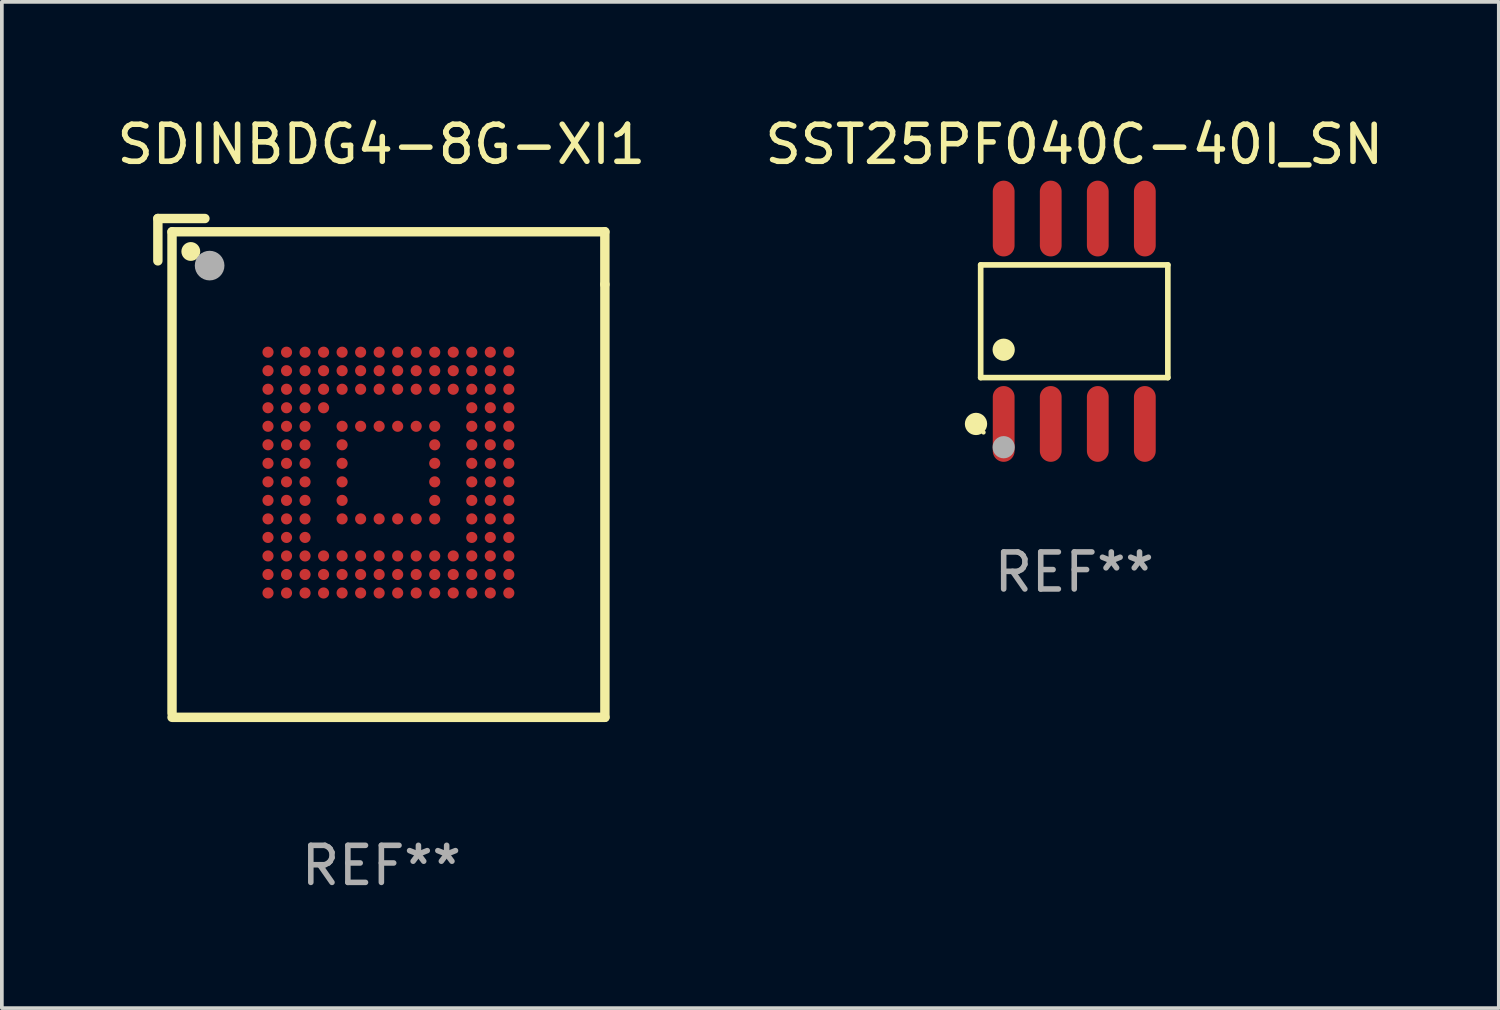
<source format=kicad_pcb>
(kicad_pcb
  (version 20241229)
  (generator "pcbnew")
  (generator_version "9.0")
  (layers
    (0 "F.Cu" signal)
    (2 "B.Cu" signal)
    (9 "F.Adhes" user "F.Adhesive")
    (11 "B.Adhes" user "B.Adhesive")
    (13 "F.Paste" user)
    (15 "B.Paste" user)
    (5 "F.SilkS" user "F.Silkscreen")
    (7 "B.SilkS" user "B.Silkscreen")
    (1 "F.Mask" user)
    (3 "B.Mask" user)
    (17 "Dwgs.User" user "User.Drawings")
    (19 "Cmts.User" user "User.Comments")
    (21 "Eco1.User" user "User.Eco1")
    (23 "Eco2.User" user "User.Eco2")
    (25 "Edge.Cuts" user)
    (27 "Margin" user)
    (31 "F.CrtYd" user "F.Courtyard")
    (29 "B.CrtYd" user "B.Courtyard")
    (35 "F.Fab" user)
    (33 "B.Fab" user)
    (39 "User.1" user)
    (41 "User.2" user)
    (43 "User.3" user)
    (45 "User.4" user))
  (footprint "SDINBDG4-8G-XI1"
    (layer "F.Cu")
    (at 7.244 9.58)
    (property "Reference" "SDINBDG4-8G-XI1" (at 0 -8.732 0) (layer "F.SilkS") (effects (font (size 1 1) (thickness 0.15))))
    (attr through_hole)
    (fp_line (start -6.033 -6.732) (end -6.033 -5.589) (stroke (width 0.254) (type solid)) (layer "F.SilkS"))
    (fp_line (start -5.651 -6.374) (end 6.032 -6.374) (stroke (width 0.254) (type solid)) (layer "F.SilkS"))
    (fp_line (start -5.651 6.626) (end -5.651 -6.374) (stroke (width 0.254) (type solid)) (layer "F.SilkS"))
    (fp_line (start -5.651 6.732) (end 6.033 6.732) (stroke (width 0.254) (type solid)) (layer "F.SilkS"))
    (fp_line (start -4.763 -6.732) (end -6.033 -6.732) (stroke (width 0.254) (type solid)) (layer "F.SilkS"))
    (fp_line (start 6.032 -6.374) (end 6.032 -4.952) (stroke (width 0.254) (type solid)) (layer "F.SilkS"))
    (fp_line (start 6.033 6.732) (end 6.033 -4.952) (stroke (width 0.254) (type solid)) (layer "F.SilkS"))
    (fp_circle (center -5.56 -6.374) (end -5.53 -6.374) (stroke (width 0.06) (type solid)) (fill no) (layer "F.SilkS"))
    (fp_circle (center -5.144 -5.842) (end -5.017 -5.842) (stroke (width 0.254) (type solid)) (fill no) (layer "F.SilkS"))
    (fp_circle (center -4.636 -5.461) (end -4.436 -5.461) (stroke (width 0.4) (type solid)) (fill no) (layer "F.Fab"))
    (fp_text user "REF**" (at 0 10.732 0) (layer "F.Fab") (effects (font (size 1 1) (thickness 0.15))))
    (pad "A1" smd circle (at -3.06 -3.124) (size 0.3 0.3) (layers "F.Cu" "F.Mask" "F.Paste"))
    (pad "A2" smd circle (at -2.56 -3.124) (size 0.3 0.3) (layers "F.Cu" "F.Mask" "F.Paste"))
    (pad "A3" smd circle (at -2.06 -3.124) (size 0.3 0.3) (layers "F.Cu" "F.Mask" "F.Paste"))
    (pad "A4" smd circle (at -1.56 -3.124) (size 0.3 0.3) (layers "F.Cu" "F.Mask" "F.Paste"))
    (pad "A5" smd circle (at -1.06 -3.124) (size 0.3 0.3) (layers "F.Cu" "F.Mask" "F.Paste"))
    (pad "A6" smd circle (at -0.56 -3.124) (size 0.3 0.3) (layers "F.Cu" "F.Mask" "F.Paste"))
    (pad "A7" smd circle (at -0.06 -3.124) (size 0.3 0.3) (layers "F.Cu" "F.Mask" "F.Paste"))
    (pad "A8" smd circle (at 0.44 -3.124) (size 0.3 0.3) (layers "F.Cu" "F.Mask" "F.Paste"))
    (pad "A9" smd circle (at 0.94 -3.124) (size 0.3 0.3) (layers "F.Cu" "F.Mask" "F.Paste"))
    (pad "A10" smd circle (at 1.44 -3.124) (size 0.3 0.3) (layers "F.Cu" "F.Mask" "F.Paste"))
    (pad "A11" smd circle (at 1.94 -3.124) (size 0.3 0.3) (layers "F.Cu" "F.Mask" "F.Paste"))
    (pad "A12" smd circle (at 2.44 -3.124) (size 0.3 0.3) (layers "F.Cu" "F.Mask" "F.Paste"))
    (pad "A13" smd circle (at 2.94 -3.124) (size 0.3 0.3) (layers "F.Cu" "F.Mask" "F.Paste"))
    (pad "A14" smd circle (at 3.44 -3.124) (size 0.3 0.3) (layers "F.Cu" "F.Mask" "F.Paste"))
    (pad "B1" smd circle (at -3.06 -2.624) (size 0.3 0.3) (layers "F.Cu" "F.Mask" "F.Paste"))
    (pad "B2" smd circle (at -2.56 -2.624) (size 0.3 0.3) (layers "F.Cu" "F.Mask" "F.Paste"))
    (pad "B3" smd circle (at -2.06 -2.624) (size 0.3 0.3) (layers "F.Cu" "F.Mask" "F.Paste"))
    (pad "B4" smd circle (at -1.56 -2.624) (size 0.3 0.3) (layers "F.Cu" "F.Mask" "F.Paste"))
    (pad "B5" smd circle (at -1.06 -2.624) (size 0.3 0.3) (layers "F.Cu" "F.Mask" "F.Paste"))
    (pad "B6" smd circle (at -0.56 -2.624) (size 0.3 0.3) (layers "F.Cu" "F.Mask" "F.Paste"))
    (pad "B7" smd circle (at -0.06 -2.624) (size 0.3 0.3) (layers "F.Cu" "F.Mask" "F.Paste"))
    (pad "B8" smd circle (at 0.44 -2.624) (size 0.3 0.3) (layers "F.Cu" "F.Mask" "F.Paste"))
    (pad "B9" smd circle (at 0.94 -2.624) (size 0.3 0.3) (layers "F.Cu" "F.Mask" "F.Paste"))
    (pad "B10" smd circle (at 1.44 -2.624) (size 0.3 0.3) (layers "F.Cu" "F.Mask" "F.Paste"))
    (pad "B11" smd circle (at 1.94 -2.624) (size 0.3 0.3) (layers "F.Cu" "F.Mask" "F.Paste"))
    (pad "B12" smd circle (at 2.44 -2.624) (size 0.3 0.3) (layers "F.Cu" "F.Mask" "F.Paste"))
    (pad "B13" smd circle (at 2.94 -2.624) (size 0.3 0.3) (layers "F.Cu" "F.Mask" "F.Paste"))
    (pad "B14" smd circle (at 3.44 -2.624) (size 0.3 0.3) (layers "F.Cu" "F.Mask" "F.Paste"))
    (pad "C1" smd circle (at -3.06 -2.124) (size 0.3 0.3) (layers "F.Cu" "F.Mask" "F.Paste"))
    (pad "C2" smd circle (at -2.56 -2.124) (size 0.3 0.3) (layers "F.Cu" "F.Mask" "F.Paste"))
    (pad "C3" smd circle (at -2.06 -2.124) (size 0.3 0.3) (layers "F.Cu" "F.Mask" "F.Paste"))
    (pad "C4" smd circle (at -1.56 -2.124) (size 0.3 0.3) (layers "F.Cu" "F.Mask" "F.Paste"))
    (pad "C5" smd circle (at -1.06 -2.124) (size 0.3 0.3) (layers "F.Cu" "F.Mask" "F.Paste"))
    (pad "C6" smd circle (at -0.56 -2.124) (size 0.3 0.3) (layers "F.Cu" "F.Mask" "F.Paste"))
    (pad "C7" smd circle (at -0.06 -2.124) (size 0.3 0.3) (layers "F.Cu" "F.Mask" "F.Paste"))
    (pad "C8" smd circle (at 0.44 -2.124) (size 0.3 0.3) (layers "F.Cu" "F.Mask" "F.Paste"))
    (pad "C9" smd circle (at 0.94 -2.124) (size 0.3 0.3) (layers "F.Cu" "F.Mask" "F.Paste"))
    (pad "C10" smd circle (at 1.44 -2.124) (size 0.3 0.3) (layers "F.Cu" "F.Mask" "F.Paste"))
    (pad "C11" smd circle (at 1.94 -2.124) (size 0.3 0.3) (layers "F.Cu" "F.Mask" "F.Paste"))
    (pad "C12" smd circle (at 2.44 -2.124) (size 0.3 0.3) (layers "F.Cu" "F.Mask" "F.Paste"))
    (pad "C13" smd circle (at 2.94 -2.124) (size 0.3 0.3) (layers "F.Cu" "F.Mask" "F.Paste"))
    (pad "C14" smd circle (at 3.44 -2.124) (size 0.3 0.3) (layers "F.Cu" "F.Mask" "F.Paste"))
    (pad "D1" smd circle (at -3.06 -1.624) (size 0.3 0.3) (layers "F.Cu" "F.Mask" "F.Paste"))
    (pad "D2" smd circle (at -2.56 -1.624) (size 0.3 0.3) (layers "F.Cu" "F.Mask" "F.Paste"))
    (pad "D3" smd circle (at -2.06 -1.624) (size 0.3 0.3) (layers "F.Cu" "F.Mask" "F.Paste"))
    (pad "D4" smd circle (at -1.56 -1.624) (size 0.3 0.3) (layers "F.Cu" "F.Mask" "F.Paste"))
    (pad "D12" smd circle (at 2.44 -1.624) (size 0.3 0.3) (layers "F.Cu" "F.Mask" "F.Paste"))
    (pad "D13" smd circle (at 2.94 -1.624) (size 0.3 0.3) (layers "F.Cu" "F.Mask" "F.Paste"))
    (pad "D14" smd circle (at 3.44 -1.624) (size 0.3 0.3) (layers "F.Cu" "F.Mask" "F.Paste"))
    (pad "E1" smd circle (at -3.06 -1.124) (size 0.3 0.3) (layers "F.Cu" "F.Mask" "F.Paste"))
    (pad "E2" smd circle (at -2.56 -1.124) (size 0.3 0.3) (layers "F.Cu" "F.Mask" "F.Paste"))
    (pad "E3" smd circle (at -2.06 -1.124) (size 0.3 0.3) (layers "F.Cu" "F.Mask" "F.Paste"))
    (pad "E5" smd circle (at -1.06 -1.124) (size 0.3 0.3) (layers "F.Cu" "F.Mask" "F.Paste"))
    (pad "E6" smd circle (at -0.56 -1.124) (size 0.3 0.3) (layers "F.Cu" "F.Mask" "F.Paste"))
    (pad "E7" smd circle (at -0.06 -1.124) (size 0.3 0.3) (layers "F.Cu" "F.Mask" "F.Paste"))
    (pad "E8" smd circle (at 0.44 -1.124) (size 0.3 0.3) (layers "F.Cu" "F.Mask" "F.Paste"))
    (pad "E9" smd circle (at 0.94 -1.124) (size 0.3 0.3) (layers "F.Cu" "F.Mask" "F.Paste"))
    (pad "E10" smd circle (at 1.44 -1.124) (size 0.3 0.3) (layers "F.Cu" "F.Mask" "F.Paste"))
    (pad "E12" smd circle (at 2.44 -1.124) (size 0.3 0.3) (layers "F.Cu" "F.Mask" "F.Paste"))
    (pad "E13" smd circle (at 2.94 -1.124) (size 0.3 0.3) (layers "F.Cu" "F.Mask" "F.Paste"))
    (pad "E14" smd circle (at 3.44 -1.124) (size 0.3 0.3) (layers "F.Cu" "F.Mask" "F.Paste"))
    (pad "F1" smd circle (at -3.06 -0.624) (size 0.3 0.3) (layers "F.Cu" "F.Mask" "F.Paste"))
    (pad "F2" smd circle (at -2.56 -0.624) (size 0.3 0.3) (layers "F.Cu" "F.Mask" "F.Paste"))
    (pad "F3" smd circle (at -2.06 -0.624) (size 0.3 0.3) (layers "F.Cu" "F.Mask" "F.Paste"))
    (pad "F5" smd circle (at -1.06 -0.624) (size 0.3 0.3) (layers "F.Cu" "F.Mask" "F.Paste"))
    (pad "F10" smd circle (at 1.44 -0.624) (size 0.3 0.3) (layers "F.Cu" "F.Mask" "F.Paste"))
    (pad "F12" smd circle (at 2.44 -0.624) (size 0.3 0.3) (layers "F.Cu" "F.Mask" "F.Paste"))
    (pad "F13" smd circle (at 2.94 -0.624) (size 0.3 0.3) (layers "F.Cu" "F.Mask" "F.Paste"))
    (pad "F14" smd circle (at 3.44 -0.624) (size 0.3 0.3) (layers "F.Cu" "F.Mask" "F.Paste"))
    (pad "G1" smd circle (at -3.06 -0.124) (size 0.3 0.3) (layers "F.Cu" "F.Mask" "F.Paste"))
    (pad "G2" smd circle (at -2.56 -0.124) (size 0.3 0.3) (layers "F.Cu" "F.Mask" "F.Paste"))
    (pad "G3" smd circle (at -2.06 -0.124) (size 0.3 0.3) (layers "F.Cu" "F.Mask" "F.Paste"))
    (pad "G5" smd circle (at -1.06 -0.124) (size 0.3 0.3) (layers "F.Cu" "F.Mask" "F.Paste"))
    (pad "G10" smd circle (at 1.44 -0.124) (size 0.3 0.3) (layers "F.Cu" "F.Mask" "F.Paste"))
    (pad "G12" smd circle (at 2.44 -0.124) (size 0.3 0.3) (layers "F.Cu" "F.Mask" "F.Paste"))
    (pad "G13" smd circle (at 2.94 -0.124) (size 0.3 0.3) (layers "F.Cu" "F.Mask" "F.Paste"))
    (pad "G14" smd circle (at 3.44 -0.124) (size 0.3 0.3) (layers "F.Cu" "F.Mask" "F.Paste"))
    (pad "H1" smd circle (at -3.06 0.376) (size 0.3 0.3) (layers "F.Cu" "F.Mask" "F.Paste"))
    (pad "H2" smd circle (at -2.56 0.376) (size 0.3 0.3) (layers "F.Cu" "F.Mask" "F.Paste"))
    (pad "H3" smd circle (at -2.06 0.376) (size 0.3 0.3) (layers "F.Cu" "F.Mask" "F.Paste"))
    (pad "H5" smd circle (at -1.06 0.376) (size 0.3 0.3) (layers "F.Cu" "F.Mask" "F.Paste"))
    (pad "H10" smd circle (at 1.44 0.376) (size 0.3 0.3) (layers "F.Cu" "F.Mask" "F.Paste"))
    (pad "H12" smd circle (at 2.44 0.376) (size 0.3 0.3) (layers "F.Cu" "F.Mask" "F.Paste"))
    (pad "H13" smd circle (at 2.94 0.376) (size 0.3 0.3) (layers "F.Cu" "F.Mask" "F.Paste"))
    (pad "H14" smd circle (at 3.44 0.376) (size 0.3 0.3) (layers "F.Cu" "F.Mask" "F.Paste"))
    (pad "J1" smd circle (at -3.06 0.876) (size 0.3 0.3) (layers "F.Cu" "F.Mask" "F.Paste"))
    (pad "J2" smd circle (at -2.56 0.876) (size 0.3 0.3) (layers "F.Cu" "F.Mask" "F.Paste"))
    (pad "J3" smd circle (at -2.06 0.876) (size 0.3 0.3) (layers "F.Cu" "F.Mask" "F.Paste"))
    (pad "J5" smd circle (at -1.06 0.876) (size 0.3 0.3) (layers "F.Cu" "F.Mask" "F.Paste"))
    (pad "J10" smd circle (at 1.44 0.876) (size 0.3 0.3) (layers "F.Cu" "F.Mask" "F.Paste"))
    (pad "J12" smd circle (at 2.44 0.876) (size 0.3 0.3) (layers "F.Cu" "F.Mask" "F.Paste"))
    (pad "J13" smd circle (at 2.94 0.876) (size 0.3 0.3) (layers "F.Cu" "F.Mask" "F.Paste"))
    (pad "J14" smd circle (at 3.44 0.876) (size 0.3 0.3) (layers "F.Cu" "F.Mask" "F.Paste"))
    (pad "K1" smd circle (at -3.06 1.376) (size 0.3 0.3) (layers "F.Cu" "F.Mask" "F.Paste"))
    (pad "K2" smd circle (at -2.56 1.376) (size 0.3 0.3) (layers "F.Cu" "F.Mask" "F.Paste"))
    (pad "K3" smd circle (at -2.06 1.376) (size 0.3 0.3) (layers "F.Cu" "F.Mask" "F.Paste"))
    (pad "K5" smd circle (at -1.06 1.376) (size 0.3 0.3) (layers "F.Cu" "F.Mask" "F.Paste"))
    (pad "K6" smd circle (at -0.56 1.376) (size 0.3 0.3) (layers "F.Cu" "F.Mask" "F.Paste"))
    (pad "K7" smd circle (at -0.06 1.376) (size 0.3 0.3) (layers "F.Cu" "F.Mask" "F.Paste"))
    (pad "K8" smd circle (at 0.44 1.376) (size 0.3 0.3) (layers "F.Cu" "F.Mask" "F.Paste"))
    (pad "K9" smd circle (at 0.94 1.376) (size 0.3 0.3) (layers "F.Cu" "F.Mask" "F.Paste"))
    (pad "K10" smd circle (at 1.44 1.376) (size 0.3 0.3) (layers "F.Cu" "F.Mask" "F.Paste"))
    (pad "K12" smd circle (at 2.44 1.376) (size 0.3 0.3) (layers "F.Cu" "F.Mask" "F.Paste"))
    (pad "K13" smd circle (at 2.94 1.376) (size 0.3 0.3) (layers "F.Cu" "F.Mask" "F.Paste"))
    (pad "K14" smd circle (at 3.44 1.376) (size 0.3 0.3) (layers "F.Cu" "F.Mask" "F.Paste"))
    (pad "L1" smd circle (at -3.06 1.876) (size 0.3 0.3) (layers "F.Cu" "F.Mask" "F.Paste"))
    (pad "L2" smd circle (at -2.56 1.876) (size 0.3 0.3) (layers "F.Cu" "F.Mask" "F.Paste"))
    (pad "L3" smd circle (at -2.06 1.876) (size 0.3 0.3) (layers "F.Cu" "F.Mask" "F.Paste"))
    (pad "L12" smd circle (at 2.44 1.876) (size 0.3 0.3) (layers "F.Cu" "F.Mask" "F.Paste"))
    (pad "L13" smd circle (at 2.94 1.876) (size 0.3 0.3) (layers "F.Cu" "F.Mask" "F.Paste"))
    (pad "L14" smd circle (at 3.44 1.876) (size 0.3 0.3) (layers "F.Cu" "F.Mask" "F.Paste"))
    (pad "M1" smd circle (at -3.06 2.376) (size 0.3 0.3) (layers "F.Cu" "F.Mask" "F.Paste"))
    (pad "M2" smd circle (at -2.56 2.376) (size 0.3 0.3) (layers "F.Cu" "F.Mask" "F.Paste"))
    (pad "M3" smd circle (at -2.06 2.376) (size 0.3 0.3) (layers "F.Cu" "F.Mask" "F.Paste"))
    (pad "M4" smd circle (at -1.56 2.376) (size 0.3 0.3) (layers "F.Cu" "F.Mask" "F.Paste"))
    (pad "M5" smd circle (at -1.06 2.376) (size 0.3 0.3) (layers "F.Cu" "F.Mask" "F.Paste"))
    (pad "M6" smd circle (at -0.56 2.376) (size 0.3 0.3) (layers "F.Cu" "F.Mask" "F.Paste"))
    (pad "M7" smd circle (at -0.06 2.376) (size 0.3 0.3) (layers "F.Cu" "F.Mask" "F.Paste"))
    (pad "M8" smd circle (at 0.44 2.376) (size 0.3 0.3) (layers "F.Cu" "F.Mask" "F.Paste"))
    (pad "M9" smd circle (at 0.94 2.376) (size 0.3 0.3) (layers "F.Cu" "F.Mask" "F.Paste"))
    (pad "M10" smd circle (at 1.44 2.376) (size 0.3 0.3) (layers "F.Cu" "F.Mask" "F.Paste"))
    (pad "M11" smd circle (at 1.94 2.376) (size 0.3 0.3) (layers "F.Cu" "F.Mask" "F.Paste"))
    (pad "M12" smd circle (at 2.44 2.376) (size 0.3 0.3) (layers "F.Cu" "F.Mask" "F.Paste"))
    (pad "M13" smd circle (at 2.94 2.376) (size 0.3 0.3) (layers "F.Cu" "F.Mask" "F.Paste"))
    (pad "M14" smd circle (at 3.44 2.376) (size 0.3 0.3) (layers "F.Cu" "F.Mask" "F.Paste"))
    (pad "N1" smd circle (at -3.06 2.876) (size 0.3 0.3) (layers "F.Cu" "F.Mask" "F.Paste"))
    (pad "N2" smd circle (at -2.56 2.876) (size 0.3 0.3) (layers "F.Cu" "F.Mask" "F.Paste"))
    (pad "N3" smd circle (at -2.06 2.876) (size 0.3 0.3) (layers "F.Cu" "F.Mask" "F.Paste"))
    (pad "N4" smd circle (at -1.56 2.876) (size 0.3 0.3) (layers "F.Cu" "F.Mask" "F.Paste"))
    (pad "N5" smd circle (at -1.06 2.876) (size 0.3 0.3) (layers "F.Cu" "F.Mask" "F.Paste"))
    (pad "N6" smd circle (at -0.56 2.876) (size 0.3 0.3) (layers "F.Cu" "F.Mask" "F.Paste"))
    (pad "N7" smd circle (at -0.06 2.876) (size 0.3 0.3) (layers "F.Cu" "F.Mask" "F.Paste"))
    (pad "N8" smd circle (at 0.44 2.876) (size 0.3 0.3) (layers "F.Cu" "F.Mask" "F.Paste"))
    (pad "N9" smd circle (at 0.94 2.876) (size 0.3 0.3) (layers "F.Cu" "F.Mask" "F.Paste"))
    (pad "N10" smd circle (at 1.44 2.876) (size 0.3 0.3) (layers "F.Cu" "F.Mask" "F.Paste"))
    (pad "N11" smd circle (at 1.94 2.876) (size 0.3 0.3) (layers "F.Cu" "F.Mask" "F.Paste"))
    (pad "N12" smd circle (at 2.44 2.876) (size 0.3 0.3) (layers "F.Cu" "F.Mask" "F.Paste"))
    (pad "N13" smd circle (at 2.94 2.876) (size 0.3 0.3) (layers "F.Cu" "F.Mask" "F.Paste"))
    (pad "N14" smd circle (at 3.44 2.876) (size 0.3 0.3) (layers "F.Cu" "F.Mask" "F.Paste"))
    (pad "P1" smd circle (at -3.06 3.376) (size 0.3 0.3) (layers "F.Cu" "F.Mask" "F.Paste"))
    (pad "P2" smd circle (at -2.56 3.376) (size 0.3 0.3) (layers "F.Cu" "F.Mask" "F.Paste"))
    (pad "P3" smd circle (at -2.06 3.376) (size 0.3 0.3) (layers "F.Cu" "F.Mask" "F.Paste"))
    (pad "P4" smd circle (at -1.56 3.376) (size 0.3 0.3) (layers "F.Cu" "F.Mask" "F.Paste"))
    (pad "P5" smd circle (at -1.06 3.376) (size 0.3 0.3) (layers "F.Cu" "F.Mask" "F.Paste"))
    (pad "P6" smd circle (at -0.56 3.376) (size 0.3 0.3) (layers "F.Cu" "F.Mask" "F.Paste"))
    (pad "P7" smd circle (at -0.06 3.376) (size 0.3 0.3) (layers "F.Cu" "F.Mask" "F.Paste"))
    (pad "P8" smd circle (at 0.44 3.376) (size 0.3 0.3) (layers "F.Cu" "F.Mask" "F.Paste"))
    (pad "P9" smd circle (at 0.94 3.376) (size 0.3 0.3) (layers "F.Cu" "F.Mask" "F.Paste"))
    (pad "P10" smd circle (at 1.44 3.376) (size 0.3 0.3) (layers "F.Cu" "F.Mask" "F.Paste"))
    (pad "P11" smd circle (at 1.94 3.376) (size 0.3 0.3) (layers "F.Cu" "F.Mask" "F.Paste"))
    (pad "P12" smd circle (at 2.44 3.376) (size 0.3 0.3) (layers "F.Cu" "F.Mask" "F.Paste"))
    (pad "P13" smd circle (at 2.94 3.376) (size 0.3 0.3) (layers "F.Cu" "F.Mask" "F.Paste"))
    (pad "P14" smd circle (at 3.44 3.376) (size 0.3 0.3) (layers "F.Cu" "F.Mask" "F.Paste")))
  (footprint "SST25PF040C-40I_SN"
    (layer "F.Cu")
    (at 25.946 5.621)
    (property "Reference" "SST25PF040C-40I_SN" (at 0 -4.772 0) (layer "F.SilkS") (effects (font (size 1 1) (thickness 0.15))))
    (attr through_hole)
    (fp_line (start -2.526 -1.521) (end 2.526 -1.521) (stroke (width 0.152) (type solid)) (layer "F.SilkS"))
    (fp_line (start -2.526 1.521) (end -2.526 -1.521) (stroke (width 0.152) (type solid)) (layer "F.SilkS"))
    (fp_line (start 2.526 -1.521) (end 2.526 1.521) (stroke (width 0.152) (type solid)) (layer "F.SilkS"))
    (fp_line (start 2.526 1.521) (end -2.526 1.521) (stroke (width 0.152) (type solid)) (layer "F.SilkS"))
    (fp_circle (center -2.652 2.772) (end -2.501 2.772) (stroke (width 0.3) (type solid)) (fill no) (layer "F.SilkS"))
    (fp_circle (center -2.45 3) (end -2.42 3) (stroke (width 0.06) (type solid)) (fill no) (layer "F.SilkS"))
    (fp_circle (center -1.905 0.769) (end -1.755 0.769) (stroke (width 0.3) (type solid)) (fill no) (layer "F.SilkS"))
    (fp_circle (center -1.905 3.4) (end -1.755 3.4) (stroke (width 0.3) (type solid)) (fill no) (layer "F.Fab"))
    (fp_text user "REF**" (at 0 6.772 0) (layer "F.Fab") (effects (font (size 1 1) (thickness 0.15))))
    (pad "1" smd oval (at -1.905 2.772) (size 0.588 2.045) (layers "F.Cu" "F.Mask" "F.Paste"))
    (pad "2" smd oval (at -0.635 2.772) (size 0.588 2.045) (layers "F.Cu" "F.Mask" "F.Paste"))
    (pad "3" smd oval (at 0.635 2.772) (size 0.588 2.045) (layers "F.Cu" "F.Mask" "F.Paste"))
    (pad "4" smd oval (at 1.905 2.772) (size 0.588 2.045) (layers "F.Cu" "F.Mask" "F.Paste"))
    (pad "5" smd oval (at 1.905 -2.772) (size 0.588 2.045) (layers "F.Cu" "F.Mask" "F.Paste"))
    (pad "6" smd oval (at 0.635 -2.772) (size 0.588 2.045) (layers "F.Cu" "F.Mask" "F.Paste"))
    (pad "7" smd oval (at -0.635 -2.772) (size 0.588 2.045) (layers "F.Cu" "F.Mask" "F.Paste"))
    (pad "8" smd oval (at -1.905 -2.772) (size 0.588 2.045) (layers "F.Cu" "F.Mask" "F.Paste")))
  (gr_rect
    (start -3 -3)
    (end 37.405 24.16)
    (stroke (width 0.1) (type default))
    (fill no)
    (layer "Edge.Cuts")))
</source>
